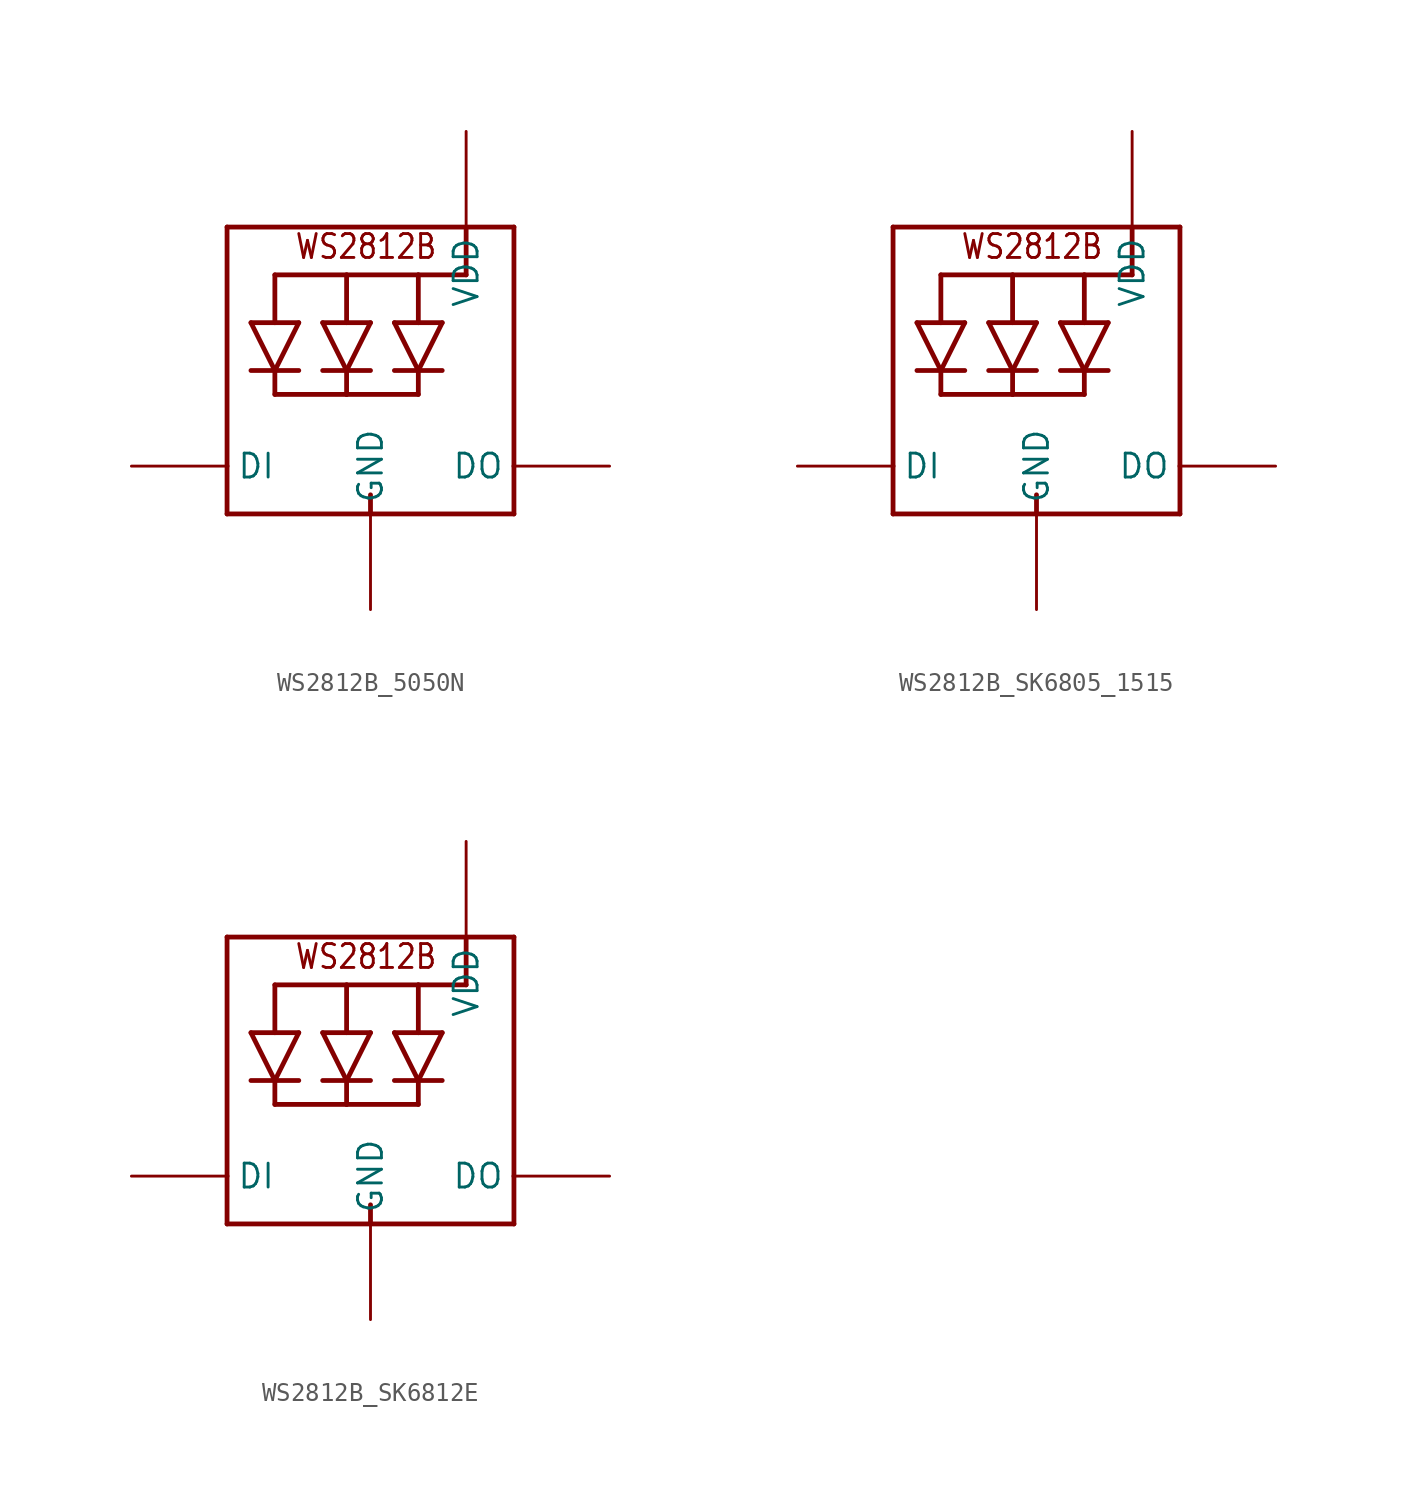
<source format=kicad_sym>
(kicad_symbol_lib
  (version 20220914)
  (generator kicad_symbol_editor)
  (symbol "WS2812B_5050N"
    (property "Reference" "LED"
      (at 0 0 0)
      (effects (font (size 1.27 1.27)) hide))
    (property "ki_locked" ""
      (at 0 0 0)
      (effects (font (size 1.27 1.27))))
    (symbol "WS2812B_5050N_1_0"
      (polyline (pts (xy -7.62 -5.08) (xy 0 -5.08)) (stroke (width 0.254) (type solid)) (fill (type none)))
      (polyline (pts (xy -7.62 -2.54) (xy -7.62 -5.08)) (stroke (width 0.254) (type solid)) (fill (type none)))
      (polyline (pts (xy -7.62 10.16) (xy -7.62 -2.54)) (stroke (width 0.254) (type solid)) (fill (type none)))
      (polyline (pts (xy -6.35 2.54) (xy -5.08 2.54)) (stroke (width 0.254) (type solid)) (fill (type none)))
      (polyline (pts (xy -6.35 5.08) (xy -5.08 5.08)) (stroke (width 0.254) (type solid)) (fill (type none)))
      (polyline (pts (xy -5.08 2.54) (xy -6.35 5.08)) (stroke (width 0.254) (type solid)) (fill (type none)))
      (polyline (pts (xy -5.08 2.54) (xy -5.08 1.27)) (stroke (width 0.254) (type solid)) (fill (type none)))
      (polyline (pts (xy -5.08 2.54) (xy -3.81 5.08)) (stroke (width 0.254) (type solid)) (fill (type none)))
      (polyline (pts (xy -5.08 5.08) (xy -3.81 5.08)) (stroke (width 0.254) (type solid)) (fill (type none)))
      (polyline (pts (xy -5.08 7.62) (xy -5.08 5.08)) (stroke (width 0.254) (type solid)) (fill (type none)))
      (polyline (pts (xy -3.81 2.54) (xy -5.08 2.54)) (stroke (width 0.254) (type solid)) (fill (type none)))
      (polyline (pts (xy -2.54 2.54) (xy -1.27 2.54)) (stroke (width 0.254) (type solid)) (fill (type none)))
      (polyline (pts (xy -2.54 5.08) (xy 0 5.08)) (stroke (width 0.254) (type solid)) (fill (type none)))
      (polyline (pts (xy -1.27 1.27) (xy -5.08 1.27)) (stroke (width 0.254) (type solid)) (fill (type none)))
      (polyline (pts (xy -1.27 2.54) (xy -2.54 5.08)) (stroke (width 0.254) (type solid)) (fill (type none)))
      (polyline (pts (xy -1.27 2.54) (xy -1.27 1.27)) (stroke (width 0.254) (type solid)) (fill (type none)))
      (polyline (pts (xy -1.27 2.54) (xy 0 2.54)) (stroke (width 0.254) (type solid)) (fill (type none)))
      (polyline (pts (xy -1.27 5.08) (xy -1.27 7.62)) (stroke (width 0.254) (type solid)) (fill (type none)))
      (polyline (pts (xy -1.27 7.62) (xy -5.08 7.62)) (stroke (width 0.254) (type solid)) (fill (type none)))
      (polyline (pts (xy 0 -5.08) (xy 7.62 -5.08)) (stroke (width 0.254) (type solid)) (fill (type none)))
      (polyline (pts (xy 0 -4.064) (xy 0 -5.08)) (stroke (width 0.254) (type solid)) (fill (type none)))
      (polyline (pts (xy 0 5.08) (xy -1.27 2.54)) (stroke (width 0.254) (type solid)) (fill (type none)))
      (polyline (pts (xy 1.27 5.08) (xy 2.54 2.54)) (stroke (width 0.254) (type solid)) (fill (type none)))
      (polyline (pts (xy 1.27 5.08) (xy 2.54 5.08)) (stroke (width 0.254) (type solid)) (fill (type none)))
      (polyline (pts (xy 2.54 1.27) (xy -1.27 1.27)) (stroke (width 0.254) (type solid)) (fill (type none)))
      (polyline (pts (xy 2.54 2.54) (xy 1.27 2.54)) (stroke (width 0.254) (type solid)) (fill (type none)))
      (polyline (pts (xy 2.54 2.54) (xy 2.54 1.27)) (stroke (width 0.254) (type solid)) (fill (type none)))
      (polyline (pts (xy 2.54 2.54) (xy 3.81 2.54)) (stroke (width 0.254) (type solid)) (fill (type none)))
      (polyline (pts (xy 2.54 2.54) (xy 3.81 5.08)) (stroke (width 0.254) (type solid)) (fill (type none)))
      (polyline (pts (xy 2.54 5.08) (xy 2.54 7.62)) (stroke (width 0.254) (type solid)) (fill (type none)))
      (polyline (pts (xy 2.54 7.62) (xy -1.27 7.62)) (stroke (width 0.254) (type solid)) (fill (type none)))
      (polyline (pts (xy 2.54 7.62) (xy 5.08 7.62)) (stroke (width 0.254) (type solid)) (fill (type none)))
      (polyline (pts (xy 3.81 5.08) (xy 2.54 5.08)) (stroke (width 0.254) (type solid)) (fill (type none)))
      (polyline (pts (xy 5.08 10.16) (xy -7.62 10.16)) (stroke (width 0.254) (type solid)) (fill (type none)))
      (polyline (pts (xy 5.08 10.16) (xy 5.08 7.62)) (stroke (width 0.254) (type solid)) (fill (type none)))
      (polyline (pts (xy 7.62 -5.08) (xy 7.62 -2.54)) (stroke (width 0.254) (type solid)) (fill (type none)))
      (polyline (pts (xy 7.62 -2.54) (xy 7.62 10.16)) (stroke (width 0.254) (type solid)) (fill (type none)))
      (polyline (pts (xy 7.62 10.16) (xy 5.08 10.16)) (stroke (width 0.254) (type solid)) (fill (type none)))
      (text "WS2812B" (at -4.064 8.382 0) (effects (font (size 1.27 1.079)) (justify left bottom)))
      (pin power_in line (at 5.08 15.24 270) (length 5.08) (name "VDD" (effects (font (size 1.27 1.27)))) (number "1-VDD" (effects (font (size 0 0)))))
      (pin output line (at 12.7 -2.54 180) (length 5.08) (name "DO" (effects (font (size 1.27 1.27)))) (number "2-DOUT" (effects (font (size 0 0)))))
      (pin power_in line (at 0 -10.16 90) (length 5.08) (name "GND" (effects (font (size 1.27 1.27)))) (number "3-GND" (effects (font (size 0 0)))))
      (pin input line (at -12.7 -2.54 0) (length 5.08) (name "DI" (effects (font (size 1.27 1.27)))) (number "4-DIN" (effects (font (size 0 0)))))))
  (symbol "WS2812B_SK6805_1515"
    (property "Reference" "LED"
      (at 0 0 0)
      (effects (font (size 1.27 1.27)) hide))
    (property "ki_locked" ""
      (at 0 0 0)
      (effects (font (size 1.27 1.27))))
    (symbol "WS2812B_SK6805_1515_1_0"
      (polyline (pts (xy -7.62 -5.08) (xy 0 -5.08)) (stroke (width 0.254) (type solid)) (fill (type none)))
      (polyline (pts (xy -7.62 -2.54) (xy -7.62 -5.08)) (stroke (width 0.254) (type solid)) (fill (type none)))
      (polyline (pts (xy -7.62 10.16) (xy -7.62 -2.54)) (stroke (width 0.254) (type solid)) (fill (type none)))
      (polyline (pts (xy -6.35 2.54) (xy -5.08 2.54)) (stroke (width 0.254) (type solid)) (fill (type none)))
      (polyline (pts (xy -6.35 5.08) (xy -5.08 5.08)) (stroke (width 0.254) (type solid)) (fill (type none)))
      (polyline (pts (xy -5.08 2.54) (xy -6.35 5.08)) (stroke (width 0.254) (type solid)) (fill (type none)))
      (polyline (pts (xy -5.08 2.54) (xy -5.08 1.27)) (stroke (width 0.254) (type solid)) (fill (type none)))
      (polyline (pts (xy -5.08 2.54) (xy -3.81 5.08)) (stroke (width 0.254) (type solid)) (fill (type none)))
      (polyline (pts (xy -5.08 5.08) (xy -3.81 5.08)) (stroke (width 0.254) (type solid)) (fill (type none)))
      (polyline (pts (xy -5.08 7.62) (xy -5.08 5.08)) (stroke (width 0.254) (type solid)) (fill (type none)))
      (polyline (pts (xy -3.81 2.54) (xy -5.08 2.54)) (stroke (width 0.254) (type solid)) (fill (type none)))
      (polyline (pts (xy -2.54 2.54) (xy -1.27 2.54)) (stroke (width 0.254) (type solid)) (fill (type none)))
      (polyline (pts (xy -2.54 5.08) (xy 0 5.08)) (stroke (width 0.254) (type solid)) (fill (type none)))
      (polyline (pts (xy -1.27 1.27) (xy -5.08 1.27)) (stroke (width 0.254) (type solid)) (fill (type none)))
      (polyline (pts (xy -1.27 2.54) (xy -2.54 5.08)) (stroke (width 0.254) (type solid)) (fill (type none)))
      (polyline (pts (xy -1.27 2.54) (xy -1.27 1.27)) (stroke (width 0.254) (type solid)) (fill (type none)))
      (polyline (pts (xy -1.27 2.54) (xy 0 2.54)) (stroke (width 0.254) (type solid)) (fill (type none)))
      (polyline (pts (xy -1.27 5.08) (xy -1.27 7.62)) (stroke (width 0.254) (type solid)) (fill (type none)))
      (polyline (pts (xy -1.27 7.62) (xy -5.08 7.62)) (stroke (width 0.254) (type solid)) (fill (type none)))
      (polyline (pts (xy 0 -5.08) (xy 7.62 -5.08)) (stroke (width 0.254) (type solid)) (fill (type none)))
      (polyline (pts (xy 0 -4.064) (xy 0 -5.08)) (stroke (width 0.254) (type solid)) (fill (type none)))
      (polyline (pts (xy 0 5.08) (xy -1.27 2.54)) (stroke (width 0.254) (type solid)) (fill (type none)))
      (polyline (pts (xy 1.27 5.08) (xy 2.54 2.54)) (stroke (width 0.254) (type solid)) (fill (type none)))
      (polyline (pts (xy 1.27 5.08) (xy 2.54 5.08)) (stroke (width 0.254) (type solid)) (fill (type none)))
      (polyline (pts (xy 2.54 1.27) (xy -1.27 1.27)) (stroke (width 0.254) (type solid)) (fill (type none)))
      (polyline (pts (xy 2.54 2.54) (xy 1.27 2.54)) (stroke (width 0.254) (type solid)) (fill (type none)))
      (polyline (pts (xy 2.54 2.54) (xy 2.54 1.27)) (stroke (width 0.254) (type solid)) (fill (type none)))
      (polyline (pts (xy 2.54 2.54) (xy 3.81 2.54)) (stroke (width 0.254) (type solid)) (fill (type none)))
      (polyline (pts (xy 2.54 2.54) (xy 3.81 5.08)) (stroke (width 0.254) (type solid)) (fill (type none)))
      (polyline (pts (xy 2.54 5.08) (xy 2.54 7.62)) (stroke (width 0.254) (type solid)) (fill (type none)))
      (polyline (pts (xy 2.54 7.62) (xy -1.27 7.62)) (stroke (width 0.254) (type solid)) (fill (type none)))
      (polyline (pts (xy 2.54 7.62) (xy 5.08 7.62)) (stroke (width 0.254) (type solid)) (fill (type none)))
      (polyline (pts (xy 3.81 5.08) (xy 2.54 5.08)) (stroke (width 0.254) (type solid)) (fill (type none)))
      (polyline (pts (xy 5.08 10.16) (xy -7.62 10.16)) (stroke (width 0.254) (type solid)) (fill (type none)))
      (polyline (pts (xy 5.08 10.16) (xy 5.08 7.62)) (stroke (width 0.254) (type solid)) (fill (type none)))
      (polyline (pts (xy 7.62 -5.08) (xy 7.62 -2.54)) (stroke (width 0.254) (type solid)) (fill (type none)))
      (polyline (pts (xy 7.62 -2.54) (xy 7.62 10.16)) (stroke (width 0.254) (type solid)) (fill (type none)))
      (polyline (pts (xy 7.62 10.16) (xy 5.08 10.16)) (stroke (width 0.254) (type solid)) (fill (type none)))
      (text "WS2812B" (at -4.064 8.382 0) (effects (font (size 1.27 1.079)) (justify left bottom)))
      (pin input line (at -12.7 -2.54 0) (length 5.08) (name "DI" (effects (font (size 1.27 1.27)))) (number "1" (effects (font (size 0 0)))))
      (pin power_in line (at 5.08 15.24 270) (length 5.08) (name "VDD" (effects (font (size 1.27 1.27)))) (number "2" (effects (font (size 0 0)))))
      (pin output line (at 12.7 -2.54 180) (length 5.08) (name "DO" (effects (font (size 1.27 1.27)))) (number "3" (effects (font (size 0 0)))))
      (pin power_in line (at 0 -10.16 90) (length 5.08) (name "GND" (effects (font (size 1.27 1.27)))) (number "4" (effects (font (size 0 0)))))))
  (symbol "WS2812B_SK6812E"
    (property "Reference" "LED"
      (at 0 0 0)
      (effects (font (size 1.27 1.27)) hide))
    (property "ki_locked" ""
      (at 0 0 0)
      (effects (font (size 1.27 1.27))))
    (symbol "WS2812B_SK6812E_1_0"
      (polyline (pts (xy -7.62 -5.08) (xy 0 -5.08)) (stroke (width 0.254) (type solid)) (fill (type none)))
      (polyline (pts (xy -7.62 -2.54) (xy -7.62 -5.08)) (stroke (width 0.254) (type solid)) (fill (type none)))
      (polyline (pts (xy -7.62 10.16) (xy -7.62 -2.54)) (stroke (width 0.254) (type solid)) (fill (type none)))
      (polyline (pts (xy -6.35 2.54) (xy -5.08 2.54)) (stroke (width 0.254) (type solid)) (fill (type none)))
      (polyline (pts (xy -6.35 5.08) (xy -5.08 5.08)) (stroke (width 0.254) (type solid)) (fill (type none)))
      (polyline (pts (xy -5.08 2.54) (xy -6.35 5.08)) (stroke (width 0.254) (type solid)) (fill (type none)))
      (polyline (pts (xy -5.08 2.54) (xy -5.08 1.27)) (stroke (width 0.254) (type solid)) (fill (type none)))
      (polyline (pts (xy -5.08 2.54) (xy -3.81 5.08)) (stroke (width 0.254) (type solid)) (fill (type none)))
      (polyline (pts (xy -5.08 5.08) (xy -3.81 5.08)) (stroke (width 0.254) (type solid)) (fill (type none)))
      (polyline (pts (xy -5.08 7.62) (xy -5.08 5.08)) (stroke (width 0.254) (type solid)) (fill (type none)))
      (polyline (pts (xy -3.81 2.54) (xy -5.08 2.54)) (stroke (width 0.254) (type solid)) (fill (type none)))
      (polyline (pts (xy -2.54 2.54) (xy -1.27 2.54)) (stroke (width 0.254) (type solid)) (fill (type none)))
      (polyline (pts (xy -2.54 5.08) (xy 0 5.08)) (stroke (width 0.254) (type solid)) (fill (type none)))
      (polyline (pts (xy -1.27 1.27) (xy -5.08 1.27)) (stroke (width 0.254) (type solid)) (fill (type none)))
      (polyline (pts (xy -1.27 2.54) (xy -2.54 5.08)) (stroke (width 0.254) (type solid)) (fill (type none)))
      (polyline (pts (xy -1.27 2.54) (xy -1.27 1.27)) (stroke (width 0.254) (type solid)) (fill (type none)))
      (polyline (pts (xy -1.27 2.54) (xy 0 2.54)) (stroke (width 0.254) (type solid)) (fill (type none)))
      (polyline (pts (xy -1.27 5.08) (xy -1.27 7.62)) (stroke (width 0.254) (type solid)) (fill (type none)))
      (polyline (pts (xy -1.27 7.62) (xy -5.08 7.62)) (stroke (width 0.254) (type solid)) (fill (type none)))
      (polyline (pts (xy 0 -5.08) (xy 7.62 -5.08)) (stroke (width 0.254) (type solid)) (fill (type none)))
      (polyline (pts (xy 0 -4.064) (xy 0 -5.08)) (stroke (width 0.254) (type solid)) (fill (type none)))
      (polyline (pts (xy 0 5.08) (xy -1.27 2.54)) (stroke (width 0.254) (type solid)) (fill (type none)))
      (polyline (pts (xy 1.27 5.08) (xy 2.54 2.54)) (stroke (width 0.254) (type solid)) (fill (type none)))
      (polyline (pts (xy 1.27 5.08) (xy 2.54 5.08)) (stroke (width 0.254) (type solid)) (fill (type none)))
      (polyline (pts (xy 2.54 1.27) (xy -1.27 1.27)) (stroke (width 0.254) (type solid)) (fill (type none)))
      (polyline (pts (xy 2.54 2.54) (xy 1.27 2.54)) (stroke (width 0.254) (type solid)) (fill (type none)))
      (polyline (pts (xy 2.54 2.54) (xy 2.54 1.27)) (stroke (width 0.254) (type solid)) (fill (type none)))
      (polyline (pts (xy 2.54 2.54) (xy 3.81 2.54)) (stroke (width 0.254) (type solid)) (fill (type none)))
      (polyline (pts (xy 2.54 2.54) (xy 3.81 5.08)) (stroke (width 0.254) (type solid)) (fill (type none)))
      (polyline (pts (xy 2.54 5.08) (xy 2.54 7.62)) (stroke (width 0.254) (type solid)) (fill (type none)))
      (polyline (pts (xy 2.54 7.62) (xy -1.27 7.62)) (stroke (width 0.254) (type solid)) (fill (type none)))
      (polyline (pts (xy 2.54 7.62) (xy 5.08 7.62)) (stroke (width 0.254) (type solid)) (fill (type none)))
      (polyline (pts (xy 3.81 5.08) (xy 2.54 5.08)) (stroke (width 0.254) (type solid)) (fill (type none)))
      (polyline (pts (xy 5.08 10.16) (xy -7.62 10.16)) (stroke (width 0.254) (type solid)) (fill (type none)))
      (polyline (pts (xy 5.08 10.16) (xy 5.08 7.62)) (stroke (width 0.254) (type solid)) (fill (type none)))
      (polyline (pts (xy 7.62 -5.08) (xy 7.62 -2.54)) (stroke (width 0.254) (type solid)) (fill (type none)))
      (polyline (pts (xy 7.62 -2.54) (xy 7.62 10.16)) (stroke (width 0.254) (type solid)) (fill (type none)))
      (polyline (pts (xy 7.62 10.16) (xy 5.08 10.16)) (stroke (width 0.254) (type solid)) (fill (type none)))
      (text "WS2812B" (at -4.064 8.382 0) (effects (font (size 1.27 1.079)) (justify left bottom)))
      (pin power_in line (at 5.08 15.24 270) (length 5.08) (name "VDD" (effects (font (size 1.27 1.27)))) (number "1-VDD" (effects (font (size 0 0)))))
      (pin output line (at 12.7 -2.54 180) (length 5.08) (name "DO" (effects (font (size 1.27 1.27)))) (number "2-DOUT" (effects (font (size 0 0)))))
      (pin power_in line (at 0 -10.16 90) (length 5.08) (name "GND" (effects (font (size 1.27 1.27)))) (number "3-GND" (effects (font (size 0 0)))))
      (pin input line (at -12.7 -2.54 0) (length 5.08) (name "DI" (effects (font (size 1.27 1.27)))) (number "4-DIN" (effects (font (size 0 0))))))))
</source>
